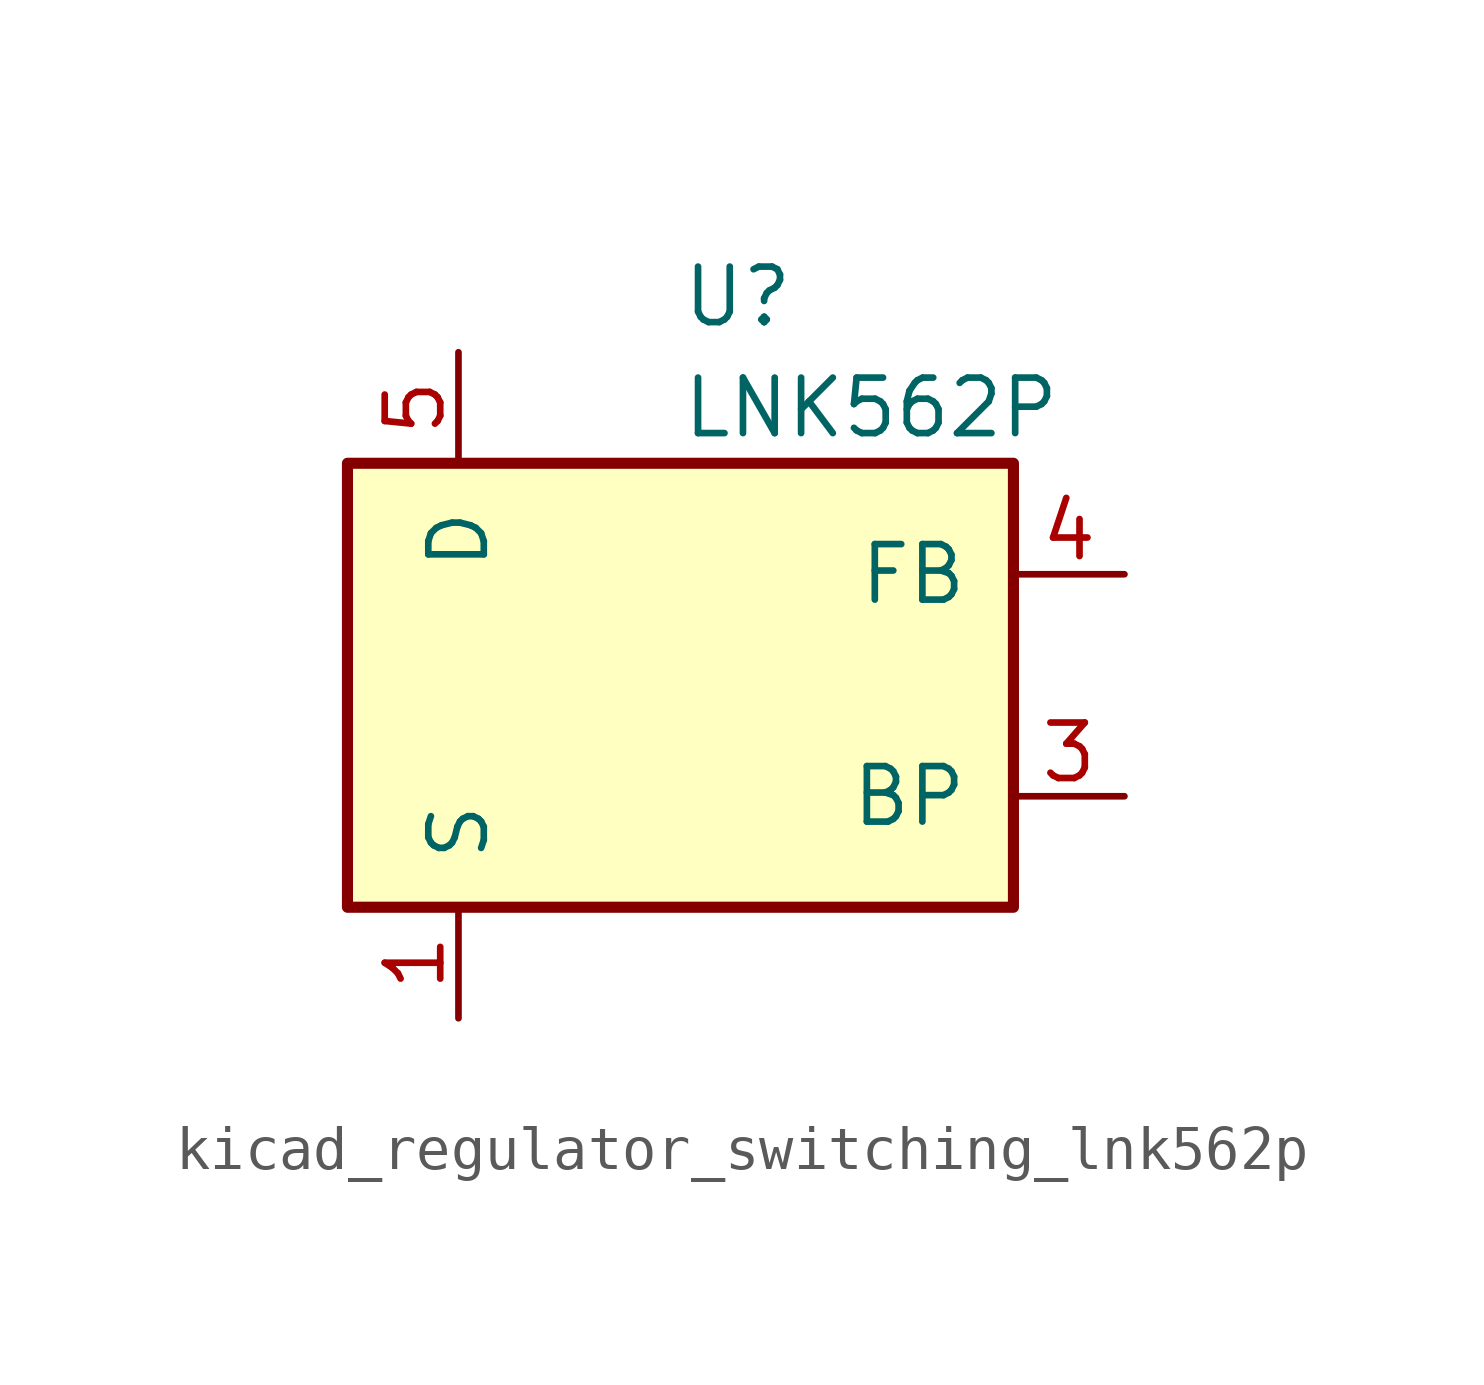
<source format=kicad_sym>
(kicad_symbol_lib
  (version 20220914)
  (generator kicad_symbol_editor)
  (symbol "kicad_regulator_switching_lnk562p"
    (pin_names
      (offset 1.016))
    (property "Reference" "U"
      (at 0 8.89 0)
      (effects (font (size 1.27 1.27)) (justify left)))
    (property "Value" "LNK562P"
      (at 0 6.35 0)
      (effects (font (size 1.27 1.27)) (justify left)))
    (symbol "kicad_regulator_switching_lnk562p_0_1"
      (rectangle (start -7.62 5.08) (end 7.62 -5.08) (stroke (width 0.254) (type default)) (fill (type background))))
    (symbol "kicad_regulator_switching_lnk562p_1_1"
      (pin power_in line (at -5.08 -7.62 90) (length 2.54) (name "S" (effects (font (size 1.27 1.27)))) (number "1" (effects (font (size 1.27 1.27)))))
      (pin passive line (at -5.08 -7.62 90) (length 2.54) hide (name "S" (effects (font (size 1.27 1.27)))) (number "2" (effects (font (size 1.27 1.27)))))
      (pin input line (at 10.16 -2.54 180) (length 2.54) (name "BP" (effects (font (size 1.27 1.27)))) (number "3" (effects (font (size 1.27 1.27)))))
      (pin input line (at 10.16 2.54 180) (length 2.54) (name "FB" (effects (font (size 1.27 1.27)))) (number "4" (effects (font (size 1.27 1.27)))))
      (pin open_collector line (at -5.08 7.62 270) (length 2.54) (name "D" (effects (font (size 1.27 1.27)))) (number "5" (effects (font (size 1.27 1.27)))))
      (pin passive line (at -5.08 -7.62 90) (length 2.54) hide (name "S" (effects (font (size 1.27 1.27)))) (number "7" (effects (font (size 1.27 1.27)))))
      (pin passive line (at -5.08 -7.62 90) (length 2.54) hide (name "S" (effects (font (size 1.27 1.27)))) (number "8" (effects (font (size 1.27 1.27))))))))
</source>
